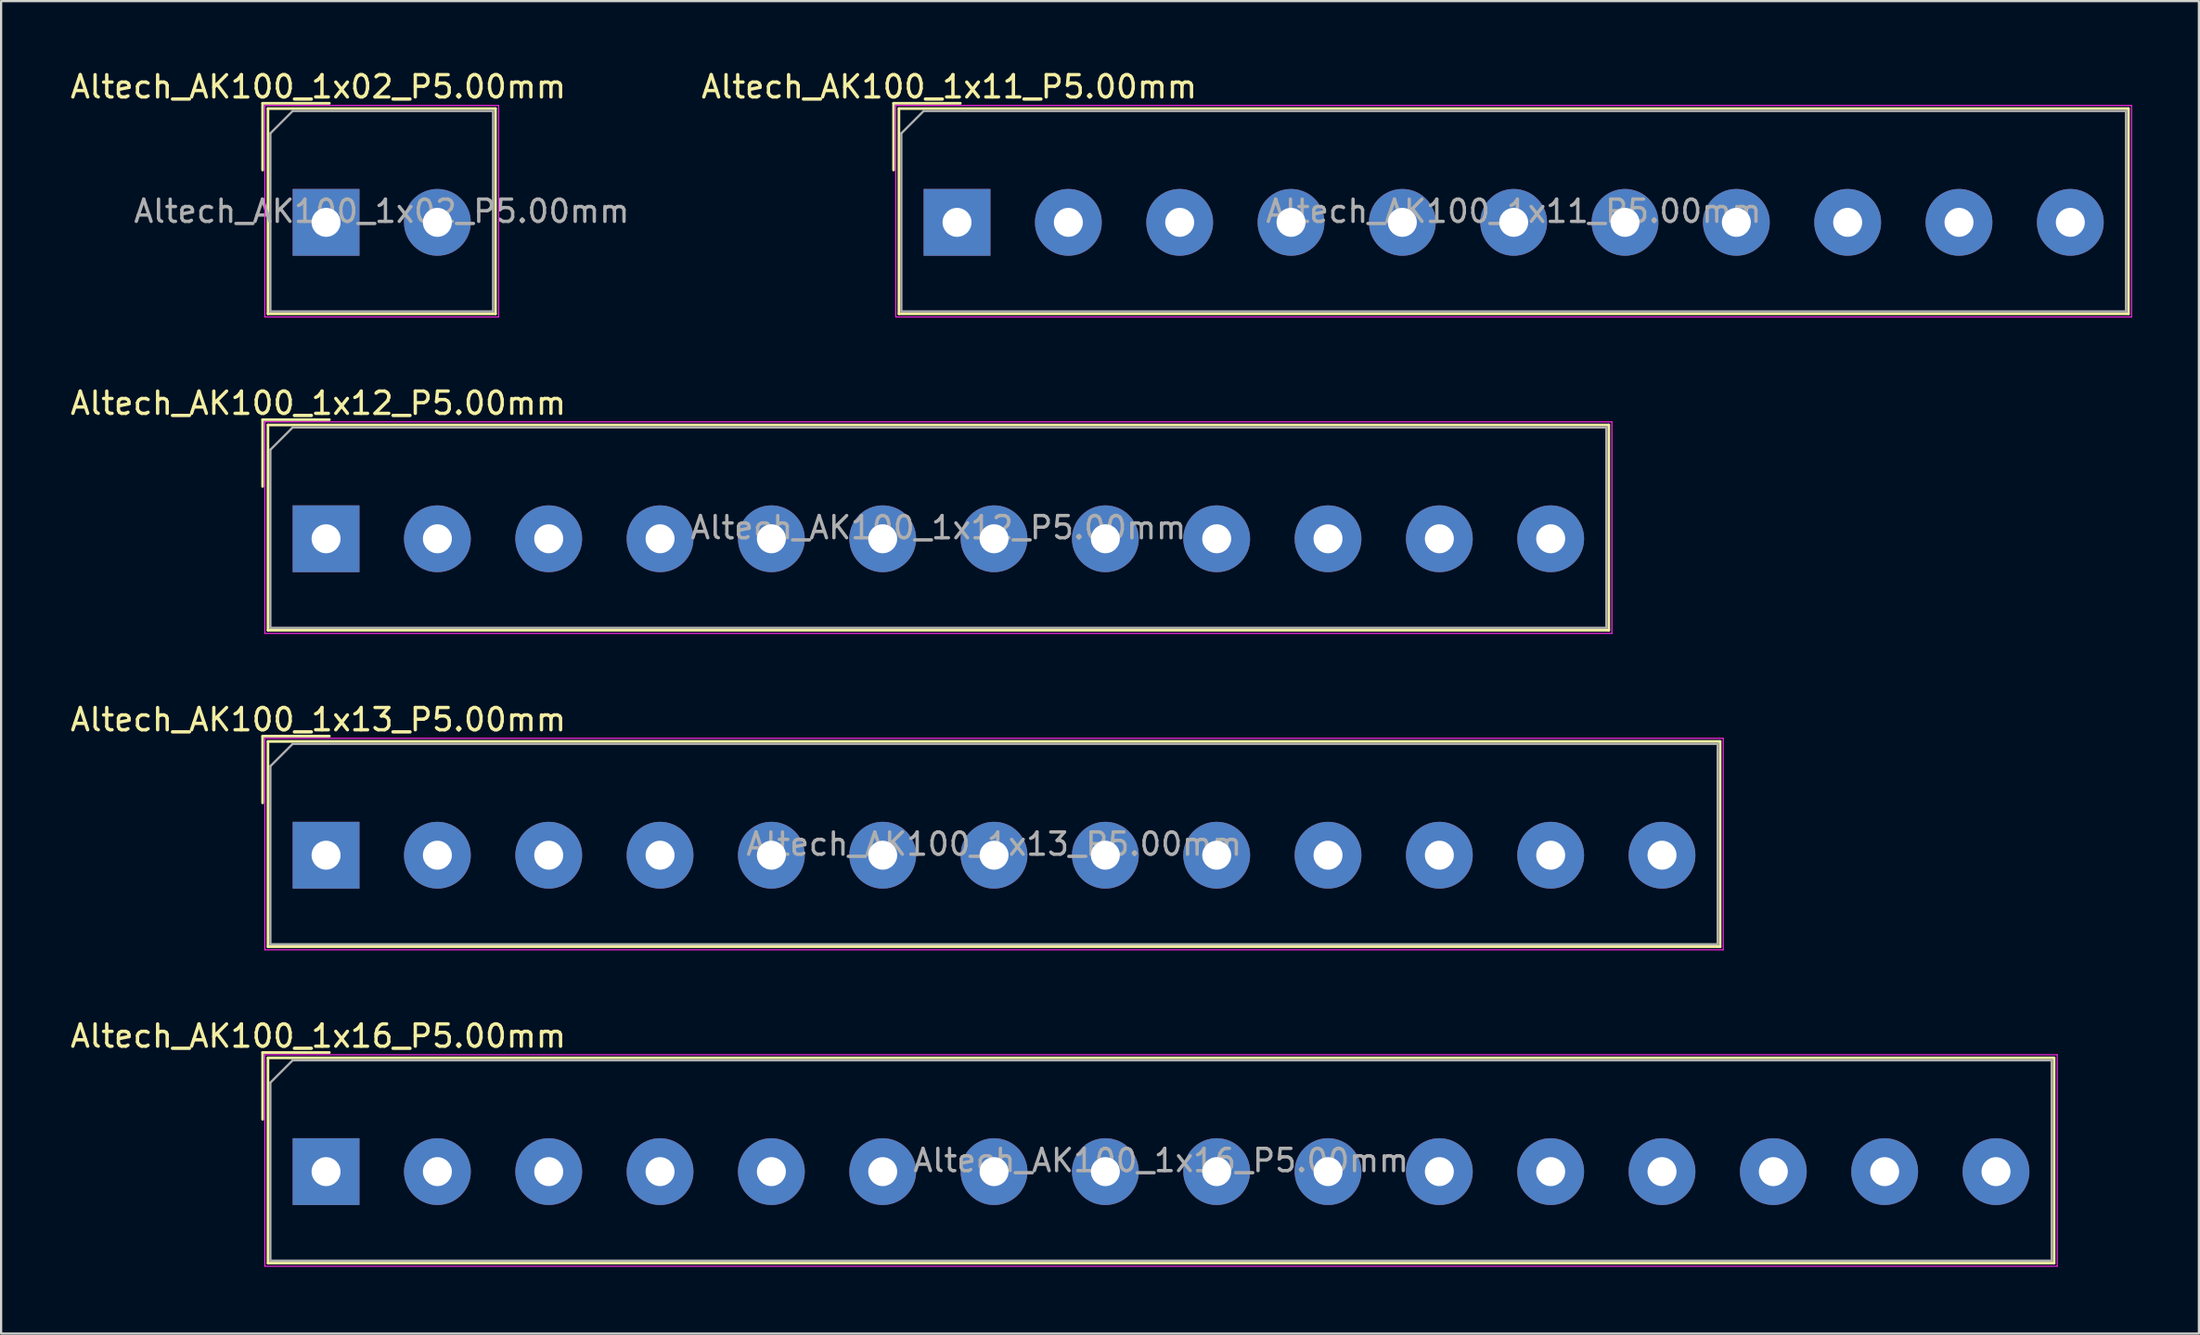
<source format=kicad_pcb>
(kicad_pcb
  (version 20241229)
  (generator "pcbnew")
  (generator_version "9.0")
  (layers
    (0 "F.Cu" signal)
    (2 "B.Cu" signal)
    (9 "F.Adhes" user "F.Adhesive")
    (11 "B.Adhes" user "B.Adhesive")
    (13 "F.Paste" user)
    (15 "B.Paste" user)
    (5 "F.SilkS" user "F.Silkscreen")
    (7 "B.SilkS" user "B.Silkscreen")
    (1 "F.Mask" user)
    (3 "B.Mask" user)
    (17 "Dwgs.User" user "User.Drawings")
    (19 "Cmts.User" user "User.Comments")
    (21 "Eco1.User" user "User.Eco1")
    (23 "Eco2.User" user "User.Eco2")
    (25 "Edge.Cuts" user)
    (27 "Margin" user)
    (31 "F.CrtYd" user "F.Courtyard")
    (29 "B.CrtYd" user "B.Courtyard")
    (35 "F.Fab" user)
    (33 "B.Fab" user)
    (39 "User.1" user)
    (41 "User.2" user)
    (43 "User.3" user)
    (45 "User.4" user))
  (footprint "Altech_AK100_1x02_P5.00mm"
    (layer "F.Cu")
    (at 11.594 6.938)
    (property "Reference" "Altech_AK100_1x02_P5.00mm" (at -0.35 -6.09 0) (layer "F.SilkS") (effects (font (size 1 1) (thickness 0.15))))
    (attr through_hole)
    (fp_line (start -2.85 -5.35) (end 0.15 -5.35) (stroke (width 0.12) (type solid)) (layer "F.SilkS"))
    (fp_line (start -2.85 -2.35) (end -2.85 -5.35) (stroke (width 0.12) (type solid)) (layer "F.SilkS"))
    (fp_line (start -2.61 -5.11) (end -2.61 4.11) (stroke (width 0.12) (type solid)) (layer "F.SilkS"))
    (fp_line (start -2.61 -5.11) (end 7.61 -5.11) (stroke (width 0.12) (type solid)) (layer "F.SilkS"))
    (fp_line (start -2.61 4.11) (end 7.61 4.11) (stroke (width 0.12) (type solid)) (layer "F.SilkS"))
    (fp_line (start 7.61 -5.11) (end 7.61 4.11) (stroke (width 0.12) (type solid)) (layer "F.SilkS"))
    (fp_line (start -2.75 -5.25) (end -2.75 4.25) (stroke (width 0.05) (type solid)) (layer "F.CrtYd"))
    (fp_line (start -2.75 -5.25) (end 7.75 -5.25) (stroke (width 0.05) (type solid)) (layer "F.CrtYd"))
    (fp_line (start -2.75 4.25) (end 7.75 4.25) (stroke (width 0.05) (type solid)) (layer "F.CrtYd"))
    (fp_line (start 7.75 -5.25) (end 7.75 4.25) (stroke (width 0.05) (type solid)) (layer "F.CrtYd"))
    (fp_line (start -2.5 -4) (end -1.5 -5) (stroke (width 0.1) (type solid)) (layer "F.Fab"))
    (fp_line (start -2.5 4) (end -2.5 -4) (stroke (width 0.1) (type solid)) (layer "F.Fab"))
    (fp_line (start -1.5 -5) (end 7.5 -5) (stroke (width 0.1) (type solid)) (layer "F.Fab"))
    (fp_line (start 7.5 -5) (end 7.5 4) (stroke (width 0.1) (type solid)) (layer "F.Fab"))
    (fp_line (start 7.5 4) (end -2.5 4) (stroke (width 0.1) (type solid)) (layer "F.Fab"))
    (fp_text user "${REFERENCE}" (at 2.5 -0.5 0) (layer "F.Fab") (effects (font (size 1 1) (thickness 0.15))))
    (pad "1" thru_hole rect (at 0 0) (size 3 3) (drill 1.3) (layers "*.Cu" "*.Mask"))
    (pad "2" thru_hole circle (at 5 0) (size 3 3) (drill 1.3) (layers "*.Cu" "*.Mask")))
  (footprint "Altech_AK100_1x13_P5.00mm"
    (layer "F.Cu")
    (at 11.594 35.365)
    (property "Reference" "Altech_AK100_1x13_P5.00mm" (at -0.35 -6.09 0) (layer "F.SilkS") (effects (font (size 1 1) (thickness 0.15))))
    (attr through_hole)
    (fp_line (start -2.85 -5.35) (end 0.15 -5.35) (stroke (width 0.12) (type solid)) (layer "F.SilkS"))
    (fp_line (start -2.85 -2.35) (end -2.85 -5.35) (stroke (width 0.12) (type solid)) (layer "F.SilkS"))
    (fp_line (start -2.61 -5.11) (end -2.61 4.11) (stroke (width 0.12) (type solid)) (layer "F.SilkS"))
    (fp_line (start -2.61 -5.11) (end 62.61 -5.11) (stroke (width 0.12) (type solid)) (layer "F.SilkS"))
    (fp_line (start -2.61 4.11) (end 62.61 4.11) (stroke (width 0.12) (type solid)) (layer "F.SilkS"))
    (fp_line (start 62.61 -5.11) (end 62.61 4.11) (stroke (width 0.12) (type solid)) (layer "F.SilkS"))
    (fp_line (start -2.75 -5.25) (end -2.75 4.25) (stroke (width 0.05) (type solid)) (layer "F.CrtYd"))
    (fp_line (start -2.75 -5.25) (end 62.75 -5.25) (stroke (width 0.05) (type solid)) (layer "F.CrtYd"))
    (fp_line (start -2.75 4.25) (end 62.75 4.25) (stroke (width 0.05) (type solid)) (layer "F.CrtYd"))
    (fp_line (start 62.75 -5.25) (end 62.75 4.25) (stroke (width 0.05) (type solid)) (layer "F.CrtYd"))
    (fp_line (start -2.5 -4) (end -1.5 -5) (stroke (width 0.1) (type solid)) (layer "F.Fab"))
    (fp_line (start -2.5 4) (end -2.5 -4) (stroke (width 0.1) (type solid)) (layer "F.Fab"))
    (fp_line (start -1.5 -5) (end 62.5 -5) (stroke (width 0.1) (type solid)) (layer "F.Fab"))
    (fp_line (start 62.5 -5) (end 62.5 4) (stroke (width 0.1) (type solid)) (layer "F.Fab"))
    (fp_line (start 62.5 4) (end -2.5 4) (stroke (width 0.1) (type solid)) (layer "F.Fab"))
    (fp_text user "${REFERENCE}" (at 30 -0.5 0) (layer "F.Fab") (effects (font (size 1 1) (thickness 0.15))))
    (pad "1" thru_hole rect (at 0 0) (size 3 3) (drill 1.3) (layers "*.Cu" "*.Mask"))
    (pad "2" thru_hole circle (at 5 0) (size 3 3) (drill 1.3) (layers "*.Cu" "*.Mask"))
    (pad "3" thru_hole circle (at 10 0) (size 3 3) (drill 1.3) (layers "*.Cu" "*.Mask"))
    (pad "4" thru_hole circle (at 15 0) (size 3 3) (drill 1.3) (layers "*.Cu" "*.Mask"))
    (pad "5" thru_hole circle (at 20 0) (size 3 3) (drill 1.3) (layers "*.Cu" "*.Mask"))
    (pad "6" thru_hole circle (at 25 0) (size 3 3) (drill 1.3) (layers "*.Cu" "*.Mask"))
    (pad "7" thru_hole circle (at 30 0) (size 3 3) (drill 1.3) (layers "*.Cu" "*.Mask"))
    (pad "8" thru_hole circle (at 35 0) (size 3 3) (drill 1.3) (layers "*.Cu" "*.Mask"))
    (pad "9" thru_hole circle (at 40 0) (size 3 3) (drill 1.3) (layers "*.Cu" "*.Mask"))
    (pad "10" thru_hole circle (at 45 0) (size 3 3) (drill 1.3) (layers "*.Cu" "*.Mask"))
    (pad "11" thru_hole circle (at 50 0) (size 3 3) (drill 1.3) (layers "*.Cu" "*.Mask"))
    (pad "12" thru_hole circle (at 55 0) (size 3 3) (drill 1.3) (layers "*.Cu" "*.Mask"))
    (pad "13" thru_hole circle (at 60 0) (size 3 3) (drill 1.3) (layers "*.Cu" "*.Mask")))
  (footprint "Altech_AK100_1x12_P5.00mm"
    (layer "F.Cu")
    (at 11.594 21.151)
    (property "Reference" "Altech_AK100_1x12_P5.00mm" (at -0.35 -6.09 0) (layer "F.SilkS") (effects (font (size 1 1) (thickness 0.15))))
    (attr through_hole)
    (fp_line (start -2.85 -5.35) (end 0.15 -5.35) (stroke (width 0.12) (type solid)) (layer "F.SilkS"))
    (fp_line (start -2.85 -2.35) (end -2.85 -5.35) (stroke (width 0.12) (type solid)) (layer "F.SilkS"))
    (fp_line (start -2.61 -5.11) (end -2.61 4.11) (stroke (width 0.12) (type solid)) (layer "F.SilkS"))
    (fp_line (start -2.61 -5.11) (end 57.61 -5.11) (stroke (width 0.12) (type solid)) (layer "F.SilkS"))
    (fp_line (start -2.61 4.11) (end 57.61 4.11) (stroke (width 0.12) (type solid)) (layer "F.SilkS"))
    (fp_line (start 57.61 -5.11) (end 57.61 4.11) (stroke (width 0.12) (type solid)) (layer "F.SilkS"))
    (fp_line (start -2.75 -5.25) (end -2.75 4.25) (stroke (width 0.05) (type solid)) (layer "F.CrtYd"))
    (fp_line (start -2.75 -5.25) (end 57.75 -5.25) (stroke (width 0.05) (type solid)) (layer "F.CrtYd"))
    (fp_line (start -2.75 4.25) (end 57.75 4.25) (stroke (width 0.05) (type solid)) (layer "F.CrtYd"))
    (fp_line (start 57.75 -5.25) (end 57.75 4.25) (stroke (width 0.05) (type solid)) (layer "F.CrtYd"))
    (fp_line (start -2.5 -4) (end -1.5 -5) (stroke (width 0.1) (type solid)) (layer "F.Fab"))
    (fp_line (start -2.5 4) (end -2.5 -4) (stroke (width 0.1) (type solid)) (layer "F.Fab"))
    (fp_line (start -1.5 -5) (end 57.5 -5) (stroke (width 0.1) (type solid)) (layer "F.Fab"))
    (fp_line (start 57.5 -5) (end 57.5 4) (stroke (width 0.1) (type solid)) (layer "F.Fab"))
    (fp_line (start 57.5 4) (end -2.5 4) (stroke (width 0.1) (type solid)) (layer "F.Fab"))
    (fp_text user "${REFERENCE}" (at 27.5 -0.5 0) (layer "F.Fab") (effects (font (size 1 1) (thickness 0.15))))
    (pad "1" thru_hole rect (at 0 0) (size 3 3) (drill 1.3) (layers "*.Cu" "*.Mask"))
    (pad "2" thru_hole circle (at 5 0) (size 3 3) (drill 1.3) (layers "*.Cu" "*.Mask"))
    (pad "3" thru_hole circle (at 10 0) (size 3 3) (drill 1.3) (layers "*.Cu" "*.Mask"))
    (pad "4" thru_hole circle (at 15 0) (size 3 3) (drill 1.3) (layers "*.Cu" "*.Mask"))
    (pad "5" thru_hole circle (at 20 0) (size 3 3) (drill 1.3) (layers "*.Cu" "*.Mask"))
    (pad "6" thru_hole circle (at 25 0) (size 3 3) (drill 1.3) (layers "*.Cu" "*.Mask"))
    (pad "7" thru_hole circle (at 30 0) (size 3 3) (drill 1.3) (layers "*.Cu" "*.Mask"))
    (pad "8" thru_hole circle (at 35 0) (size 3 3) (drill 1.3) (layers "*.Cu" "*.Mask"))
    (pad "9" thru_hole circle (at 40 0) (size 3 3) (drill 1.3) (layers "*.Cu" "*.Mask"))
    (pad "10" thru_hole circle (at 45 0) (size 3 3) (drill 1.3) (layers "*.Cu" "*.Mask"))
    (pad "11" thru_hole circle (at 50 0) (size 3 3) (drill 1.3) (layers "*.Cu" "*.Mask"))
    (pad "12" thru_hole circle (at 55 0) (size 3 3) (drill 1.3) (layers "*.Cu" "*.Mask")))
  (footprint "Altech_AK100_1x11_P5.00mm"
    (layer "F.Cu")
    (at 39.932 6.938)
    (property "Reference" "Altech_AK100_1x11_P5.00mm" (at -0.35 -6.09 0) (layer "F.SilkS") (effects (font (size 1 1) (thickness 0.15))))
    (attr through_hole)
    (fp_line (start -2.85 -5.35) (end 0.15 -5.35) (stroke (width 0.12) (type solid)) (layer "F.SilkS"))
    (fp_line (start -2.85 -2.35) (end -2.85 -5.35) (stroke (width 0.12) (type solid)) (layer "F.SilkS"))
    (fp_line (start -2.61 -5.11) (end -2.61 4.11) (stroke (width 0.12) (type solid)) (layer "F.SilkS"))
    (fp_line (start -2.61 -5.11) (end 52.61 -5.11) (stroke (width 0.12) (type solid)) (layer "F.SilkS"))
    (fp_line (start -2.61 4.11) (end 52.61 4.11) (stroke (width 0.12) (type solid)) (layer "F.SilkS"))
    (fp_line (start 52.61 -5.11) (end 52.61 4.11) (stroke (width 0.12) (type solid)) (layer "F.SilkS"))
    (fp_line (start -2.75 -5.25) (end -2.75 4.25) (stroke (width 0.05) (type solid)) (layer "F.CrtYd"))
    (fp_line (start -2.75 -5.25) (end 52.75 -5.25) (stroke (width 0.05) (type solid)) (layer "F.CrtYd"))
    (fp_line (start -2.75 4.25) (end 52.75 4.25) (stroke (width 0.05) (type solid)) (layer "F.CrtYd"))
    (fp_line (start 52.75 -5.25) (end 52.75 4.25) (stroke (width 0.05) (type solid)) (layer "F.CrtYd"))
    (fp_line (start -2.5 -4) (end -1.5 -5) (stroke (width 0.1) (type solid)) (layer "F.Fab"))
    (fp_line (start -2.5 4) (end -2.5 -4) (stroke (width 0.1) (type solid)) (layer "F.Fab"))
    (fp_line (start -1.5 -5) (end 52.5 -5) (stroke (width 0.1) (type solid)) (layer "F.Fab"))
    (fp_line (start 52.5 -5) (end 52.5 4) (stroke (width 0.1) (type solid)) (layer "F.Fab"))
    (fp_line (start 52.5 4) (end -2.5 4) (stroke (width 0.1) (type solid)) (layer "F.Fab"))
    (fp_text user "${REFERENCE}" (at 25 -0.5 0) (layer "F.Fab") (effects (font (size 1 1) (thickness 0.15))))
    (pad "1" thru_hole rect (at 0 0) (size 3 3) (drill 1.3) (layers "*.Cu" "*.Mask"))
    (pad "2" thru_hole circle (at 5 0) (size 3 3) (drill 1.3) (layers "*.Cu" "*.Mask"))
    (pad "3" thru_hole circle (at 10 0) (size 3 3) (drill 1.3) (layers "*.Cu" "*.Mask"))
    (pad "4" thru_hole circle (at 15 0) (size 3 3) (drill 1.3) (layers "*.Cu" "*.Mask"))
    (pad "5" thru_hole circle (at 20 0) (size 3 3) (drill 1.3) (layers "*.Cu" "*.Mask"))
    (pad "6" thru_hole circle (at 25 0) (size 3 3) (drill 1.3) (layers "*.Cu" "*.Mask"))
    (pad "7" thru_hole circle (at 30 0) (size 3 3) (drill 1.3) (layers "*.Cu" "*.Mask"))
    (pad "8" thru_hole circle (at 35 0) (size 3 3) (drill 1.3) (layers "*.Cu" "*.Mask"))
    (pad "9" thru_hole circle (at 40 0) (size 3 3) (drill 1.3) (layers "*.Cu" "*.Mask"))
    (pad "10" thru_hole circle (at 45 0) (size 3 3) (drill 1.3) (layers "*.Cu" "*.Mask"))
    (pad "11" thru_hole circle (at 50 0) (size 3 3) (drill 1.3) (layers "*.Cu" "*.Mask")))
  (footprint "Altech_AK100_1x16_P5.00mm"
    (layer "F.Cu")
    (at 11.594 49.578)
    (property "Reference" "Altech_AK100_1x16_P5.00mm" (at -0.35 -6.09 0) (layer "F.SilkS") (effects (font (size 1 1) (thickness 0.15))))
    (attr through_hole)
    (fp_line (start -2.85 -5.35) (end 0.15 -5.35) (stroke (width 0.12) (type solid)) (layer "F.SilkS"))
    (fp_line (start -2.85 -2.35) (end -2.85 -5.35) (stroke (width 0.12) (type solid)) (layer "F.SilkS"))
    (fp_line (start -2.61 -5.11) (end -2.61 4.11) (stroke (width 0.12) (type solid)) (layer "F.SilkS"))
    (fp_line (start -2.61 -5.11) (end 77.61 -5.11) (stroke (width 0.12) (type solid)) (layer "F.SilkS"))
    (fp_line (start -2.61 4.11) (end 77.61 4.11) (stroke (width 0.12) (type solid)) (layer "F.SilkS"))
    (fp_line (start 77.61 -5.11) (end 77.61 4.11) (stroke (width 0.12) (type solid)) (layer "F.SilkS"))
    (fp_line (start -2.75 -5.25) (end -2.75 4.25) (stroke (width 0.05) (type solid)) (layer "F.CrtYd"))
    (fp_line (start -2.75 -5.25) (end 77.75 -5.25) (stroke (width 0.05) (type solid)) (layer "F.CrtYd"))
    (fp_line (start -2.75 4.25) (end 77.75 4.25) (stroke (width 0.05) (type solid)) (layer "F.CrtYd"))
    (fp_line (start 77.75 -5.25) (end 77.75 4.25) (stroke (width 0.05) (type solid)) (layer "F.CrtYd"))
    (fp_line (start -2.5 -4) (end -1.5 -5) (stroke (width 0.1) (type solid)) (layer "F.Fab"))
    (fp_line (start -2.5 4) (end -2.5 -4) (stroke (width 0.1) (type solid)) (layer "F.Fab"))
    (fp_line (start -1.5 -5) (end 77.5 -5) (stroke (width 0.1) (type solid)) (layer "F.Fab"))
    (fp_line (start 77.5 -5) (end 77.5 4) (stroke (width 0.1) (type solid)) (layer "F.Fab"))
    (fp_line (start 77.5 4) (end -2.5 4) (stroke (width 0.1) (type solid)) (layer "F.Fab"))
    (fp_text user "${REFERENCE}" (at 37.5 -0.5 0) (layer "F.Fab") (effects (font (size 1 1) (thickness 0.15))))
    (pad "1" thru_hole rect (at 0 0) (size 3 3) (drill 1.3) (layers "*.Cu" "*.Mask"))
    (pad "2" thru_hole circle (at 5 0) (size 3 3) (drill 1.3) (layers "*.Cu" "*.Mask"))
    (pad "3" thru_hole circle (at 10 0) (size 3 3) (drill 1.3) (layers "*.Cu" "*.Mask"))
    (pad "4" thru_hole circle (at 15 0) (size 3 3) (drill 1.3) (layers "*.Cu" "*.Mask"))
    (pad "5" thru_hole circle (at 20 0) (size 3 3) (drill 1.3) (layers "*.Cu" "*.Mask"))
    (pad "6" thru_hole circle (at 25 0) (size 3 3) (drill 1.3) (layers "*.Cu" "*.Mask"))
    (pad "7" thru_hole circle (at 30 0) (size 3 3) (drill 1.3) (layers "*.Cu" "*.Mask"))
    (pad "8" thru_hole circle (at 35 0) (size 3 3) (drill 1.3) (layers "*.Cu" "*.Mask"))
    (pad "9" thru_hole circle (at 40 0) (size 3 3) (drill 1.3) (layers "*.Cu" "*.Mask"))
    (pad "10" thru_hole circle (at 45 0) (size 3 3) (drill 1.3) (layers "*.Cu" "*.Mask"))
    (pad "11" thru_hole circle (at 50 0) (size 3 3) (drill 1.3) (layers "*.Cu" "*.Mask"))
    (pad "12" thru_hole circle (at 55 0) (size 3 3) (drill 1.3) (layers "*.Cu" "*.Mask"))
    (pad "13" thru_hole circle (at 60 0) (size 3 3) (drill 1.3) (layers "*.Cu" "*.Mask"))
    (pad "14" thru_hole circle (at 65 0) (size 3 3) (drill 1.3) (layers "*.Cu" "*.Mask"))
    (pad "15" thru_hole circle (at 70 0) (size 3 3) (drill 1.3) (layers "*.Cu" "*.Mask"))
    (pad "16" thru_hole circle (at 75 0) (size 3 3) (drill 1.3) (layers "*.Cu" "*.Mask")))
  (gr_rect
    (start -3 -3)
    (end 95.707 56.853)
    (stroke (width 0.1) (type default))
    (fill no)
    (layer "Edge.Cuts")))
</source>
